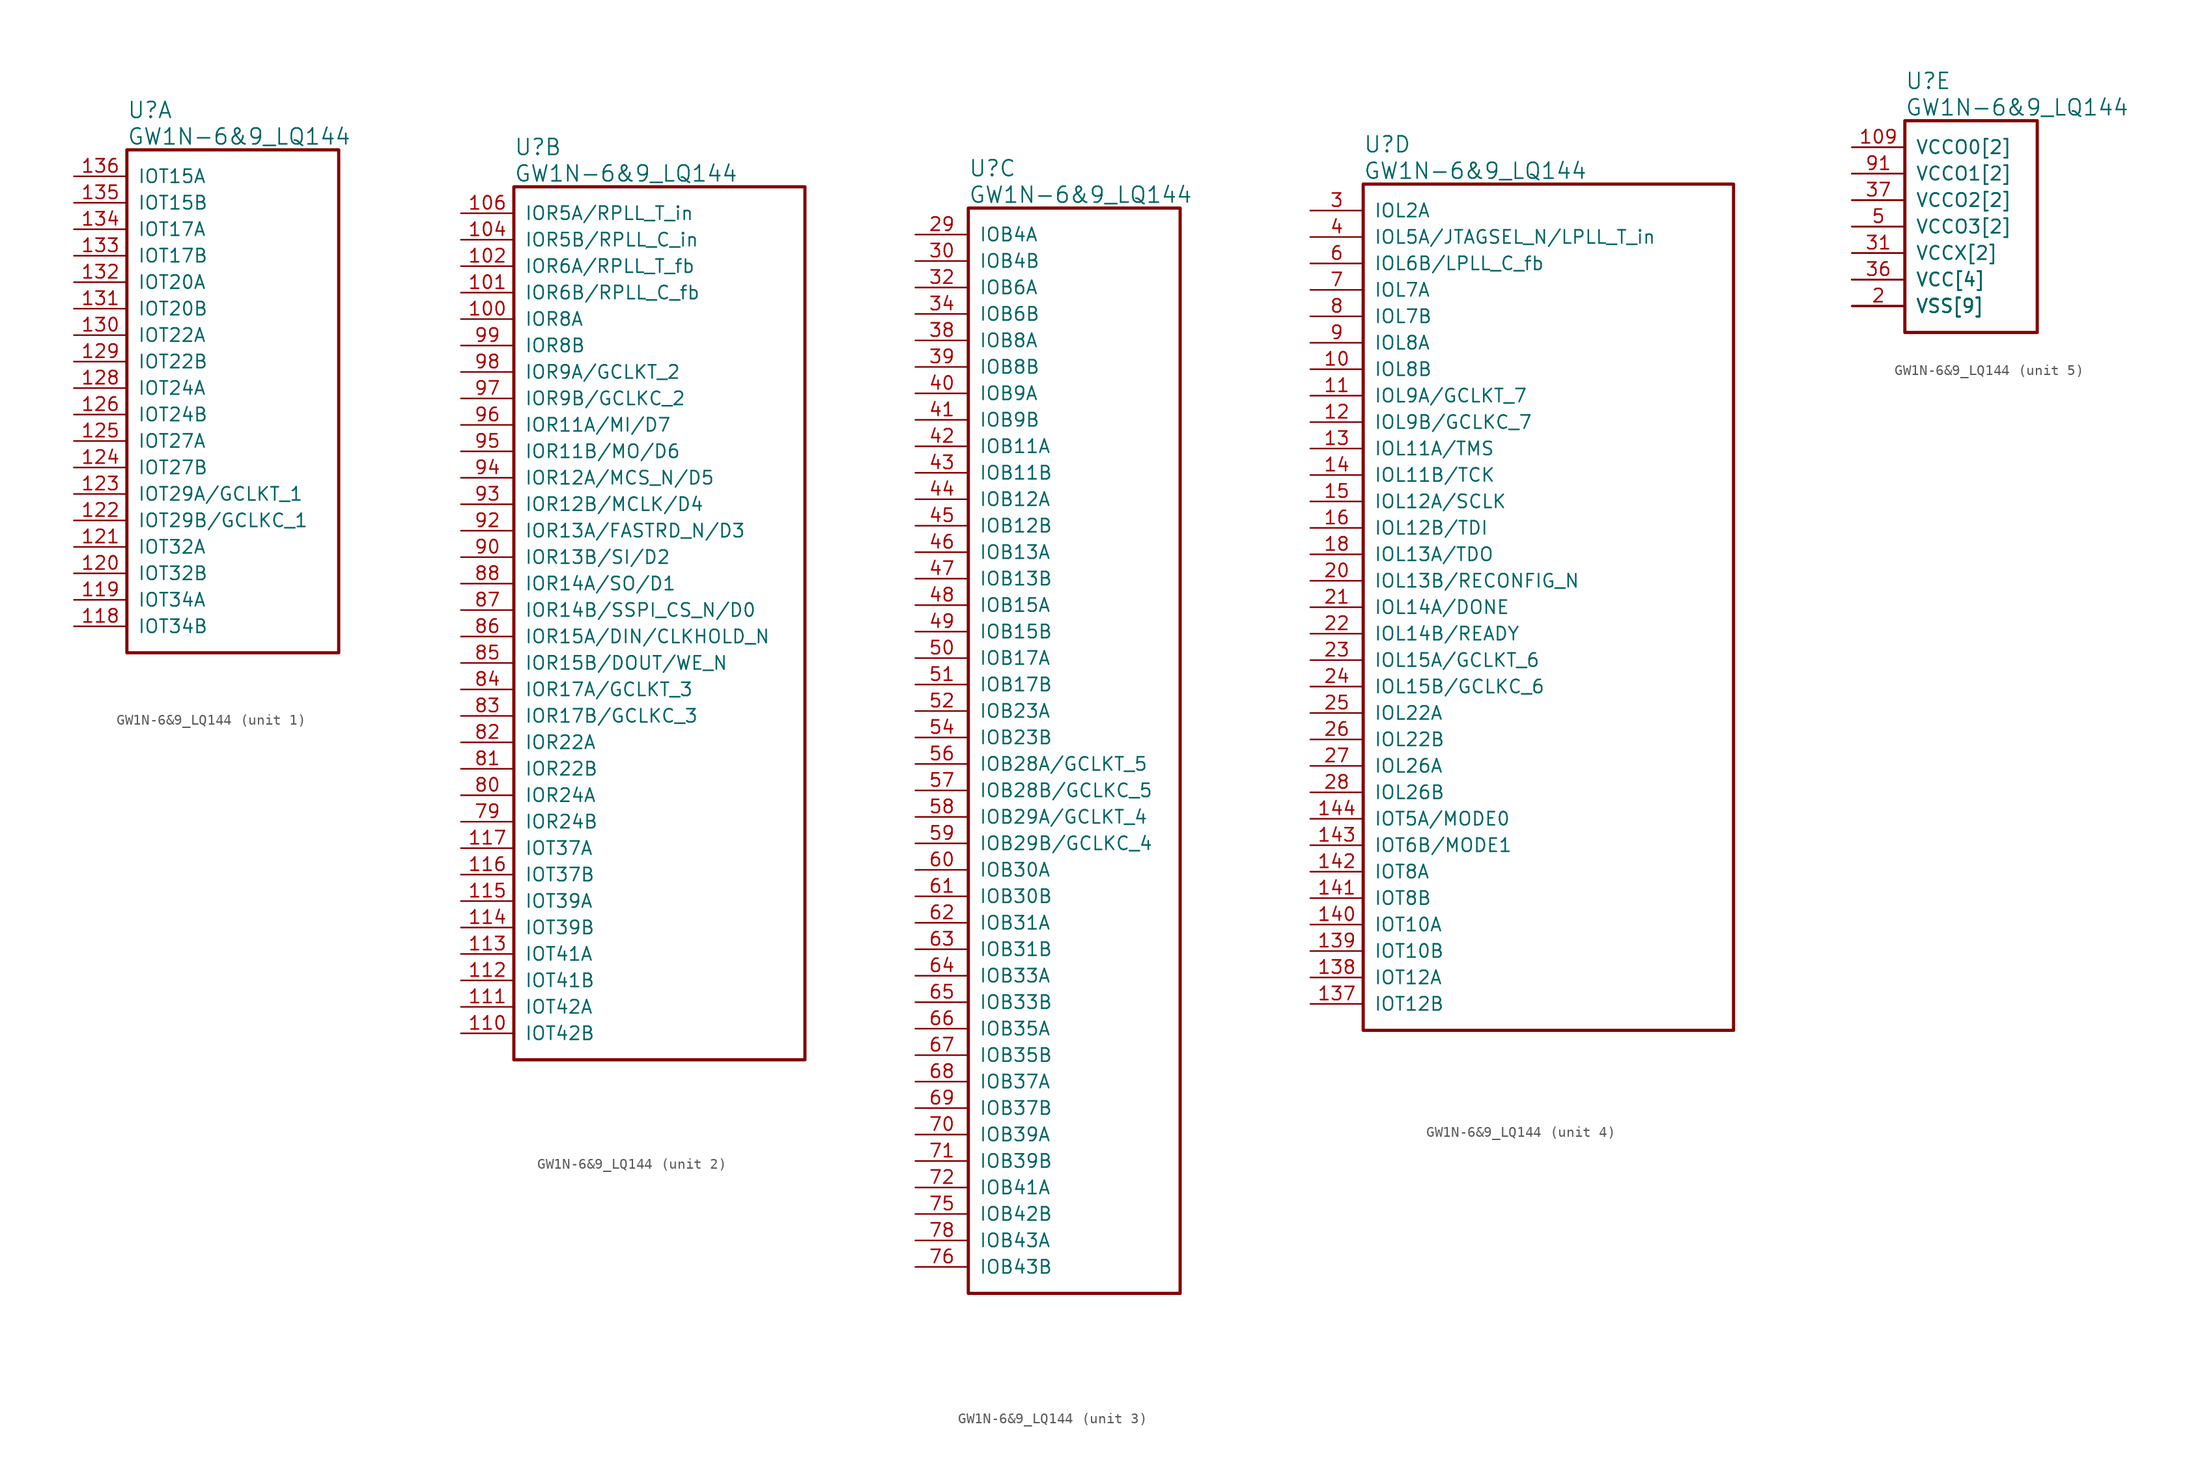
<source format=kicad_sym>
(kicad_symbol_lib
  (version 20220914)
  (generator kicad_symbol_editor)
  (symbol "GW1N-6&9_LQ144"
    (pin_names
      (offset 1.016))
    (property "Reference" "U"
      (at 5.08 6.35 0)
      (effects (font (size 1.524 1.524)) (justify left)))
    (property "Value" "GW1N-6&9_LQ144"
      (at 5.08 3.81 0)
      (effects (font (size 1.524 1.524)) (justify left)))
    (property "ki_locked" ""
      (at 0 0 0)
      (effects (font (size 1.27 1.27))))
    (symbol "GW1N-6&9_LQ144_1_1"
      (rectangle (start 5.08 2.54) (end 25.4 -45.72) (stroke (width 0.305) (type solid)) (fill (type none)))
      (pin bidirectional line (at 0 -43.18 0) (length 5.08) (name "IOT34B" (effects (font (size 1.27 1.27)))) (number "118" (effects (font (size 1.27 1.27)))))
      (pin bidirectional line (at 0 -40.64 0) (length 5.08) (name "IOT34A" (effects (font (size 1.27 1.27)))) (number "119" (effects (font (size 1.27 1.27)))))
      (pin bidirectional line (at 0 -38.1 0) (length 5.08) (name "IOT32B" (effects (font (size 1.27 1.27)))) (number "120" (effects (font (size 1.27 1.27)))))
      (pin bidirectional line (at 0 -35.56 0) (length 5.08) (name "IOT32A" (effects (font (size 1.27 1.27)))) (number "121" (effects (font (size 1.27 1.27)))))
      (pin bidirectional line (at 0 -33.02 0) (length 5.08) (name "IOT29B/GCLKC_1" (effects (font (size 1.27 1.27)))) (number "122" (effects (font (size 1.27 1.27)))))
      (pin bidirectional line (at 0 -30.48 0) (length 5.08) (name "IOT29A/GCLKT_1" (effects (font (size 1.27 1.27)))) (number "123" (effects (font (size 1.27 1.27)))))
      (pin bidirectional line (at 0 -27.94 0) (length 5.08) (name "IOT27B" (effects (font (size 1.27 1.27)))) (number "124" (effects (font (size 1.27 1.27)))))
      (pin bidirectional line (at 0 -25.4 0) (length 5.08) (name "IOT27A" (effects (font (size 1.27 1.27)))) (number "125" (effects (font (size 1.27 1.27)))))
      (pin bidirectional line (at 0 -22.86 0) (length 5.08) (name "IOT24B" (effects (font (size 1.27 1.27)))) (number "126" (effects (font (size 1.27 1.27)))))
      (pin bidirectional line (at 0 -20.32 0) (length 5.08) (name "IOT24A" (effects (font (size 1.27 1.27)))) (number "128" (effects (font (size 1.27 1.27)))))
      (pin bidirectional line (at 0 -17.78 0) (length 5.08) (name "IOT22B" (effects (font (size 1.27 1.27)))) (number "129" (effects (font (size 1.27 1.27)))))
      (pin bidirectional line (at 0 -15.24 0) (length 5.08) (name "IOT22A" (effects (font (size 1.27 1.27)))) (number "130" (effects (font (size 1.27 1.27)))))
      (pin bidirectional line (at 0 -12.7 0) (length 5.08) (name "IOT20B" (effects (font (size 1.27 1.27)))) (number "131" (effects (font (size 1.27 1.27)))))
      (pin bidirectional line (at 0 -10.16 0) (length 5.08) (name "IOT20A" (effects (font (size 1.27 1.27)))) (number "132" (effects (font (size 1.27 1.27)))))
      (pin bidirectional line (at 0 -7.62 0) (length 5.08) (name "IOT17B" (effects (font (size 1.27 1.27)))) (number "133" (effects (font (size 1.27 1.27)))))
      (pin bidirectional line (at 0 -5.08 0) (length 5.08) (name "IOT17A" (effects (font (size 1.27 1.27)))) (number "134" (effects (font (size 1.27 1.27)))))
      (pin bidirectional line (at 0 -2.54 0) (length 5.08) (name "IOT15B" (effects (font (size 1.27 1.27)))) (number "135" (effects (font (size 1.27 1.27)))))
      (pin bidirectional line (at 0 0 0) (length 5.08) (name "IOT15A" (effects (font (size 1.27 1.27)))) (number "136" (effects (font (size 1.27 1.27))))))
    (symbol "GW1N-6&9_LQ144_2_1"
      (rectangle (start 5.08 2.54) (end 33.02 -81.28) (stroke (width 0.305) (type solid)) (fill (type none)))
      (pin bidirectional line (at 0 -10.16 0) (length 5.08) (name "IOR8A" (effects (font (size 1.27 1.27)))) (number "100" (effects (font (size 1.27 1.27)))))
      (pin bidirectional line (at 0 -7.62 0) (length 5.08) (name "IOR6B/RPLL_C_fb" (effects (font (size 1.27 1.27)))) (number "101" (effects (font (size 1.27 1.27)))))
      (pin bidirectional line (at 0 -5.08 0) (length 5.08) (name "IOR6A/RPLL_T_fb" (effects (font (size 1.27 1.27)))) (number "102" (effects (font (size 1.27 1.27)))))
      (pin bidirectional line (at 0 -2.54 0) (length 5.08) (name "IOR5B/RPLL_C_in" (effects (font (size 1.27 1.27)))) (number "104" (effects (font (size 1.27 1.27)))))
      (pin bidirectional line (at 0 0 0) (length 5.08) (name "IOR5A/RPLL_T_in" (effects (font (size 1.27 1.27)))) (number "106" (effects (font (size 1.27 1.27)))))
      (pin bidirectional line (at 0 -78.74 0) (length 5.08) (name "IOT42B" (effects (font (size 1.27 1.27)))) (number "110" (effects (font (size 1.27 1.27)))))
      (pin bidirectional line (at 0 -76.2 0) (length 5.08) (name "IOT42A" (effects (font (size 1.27 1.27)))) (number "111" (effects (font (size 1.27 1.27)))))
      (pin bidirectional line (at 0 -73.66 0) (length 5.08) (name "IOT41B" (effects (font (size 1.27 1.27)))) (number "112" (effects (font (size 1.27 1.27)))))
      (pin bidirectional line (at 0 -71.12 0) (length 5.08) (name "IOT41A" (effects (font (size 1.27 1.27)))) (number "113" (effects (font (size 1.27 1.27)))))
      (pin bidirectional line (at 0 -68.58 0) (length 5.08) (name "IOT39B" (effects (font (size 1.27 1.27)))) (number "114" (effects (font (size 1.27 1.27)))))
      (pin bidirectional line (at 0 -66.04 0) (length 5.08) (name "IOT39A" (effects (font (size 1.27 1.27)))) (number "115" (effects (font (size 1.27 1.27)))))
      (pin bidirectional line (at 0 -63.5 0) (length 5.08) (name "IOT37B" (effects (font (size 1.27 1.27)))) (number "116" (effects (font (size 1.27 1.27)))))
      (pin bidirectional line (at 0 -60.96 0) (length 5.08) (name "IOT37A" (effects (font (size 1.27 1.27)))) (number "117" (effects (font (size 1.27 1.27)))))
      (pin bidirectional line (at 0 -58.42 0) (length 5.08) (name "IOR24B" (effects (font (size 1.27 1.27)))) (number "79" (effects (font (size 1.27 1.27)))))
      (pin bidirectional line (at 0 -55.88 0) (length 5.08) (name "IOR24A" (effects (font (size 1.27 1.27)))) (number "80" (effects (font (size 1.27 1.27)))))
      (pin bidirectional line (at 0 -53.34 0) (length 5.08) (name "IOR22B" (effects (font (size 1.27 1.27)))) (number "81" (effects (font (size 1.27 1.27)))))
      (pin bidirectional line (at 0 -50.8 0) (length 5.08) (name "IOR22A" (effects (font (size 1.27 1.27)))) (number "82" (effects (font (size 1.27 1.27)))))
      (pin bidirectional line (at 0 -48.26 0) (length 5.08) (name "IOR17B/GCLKC_3" (effects (font (size 1.27 1.27)))) (number "83" (effects (font (size 1.27 1.27)))))
      (pin bidirectional line (at 0 -45.72 0) (length 5.08) (name "IOR17A/GCLKT_3" (effects (font (size 1.27 1.27)))) (number "84" (effects (font (size 1.27 1.27)))))
      (pin bidirectional line (at 0 -43.18 0) (length 5.08) (name "IOR15B/DOUT/WE_N" (effects (font (size 1.27 1.27)))) (number "85" (effects (font (size 1.27 1.27)))))
      (pin bidirectional line (at 0 -40.64 0) (length 5.08) (name "IOR15A/DIN/CLKHOLD_N" (effects (font (size 1.27 1.27)))) (number "86" (effects (font (size 1.27 1.27)))))
      (pin bidirectional line (at 0 -38.1 0) (length 5.08) (name "IOR14B/SSPI_CS_N/D0" (effects (font (size 1.27 1.27)))) (number "87" (effects (font (size 1.27 1.27)))))
      (pin bidirectional line (at 0 -35.56 0) (length 5.08) (name "IOR14A/SO/D1" (effects (font (size 1.27 1.27)))) (number "88" (effects (font (size 1.27 1.27)))))
      (pin bidirectional line (at 0 -33.02 0) (length 5.08) (name "IOR13B/SI/D2" (effects (font (size 1.27 1.27)))) (number "90" (effects (font (size 1.27 1.27)))))
      (pin bidirectional line (at 0 -30.48 0) (length 5.08) (name "IOR13A/FASTRD_N/D3" (effects (font (size 1.27 1.27)))) (number "92" (effects (font (size 1.27 1.27)))))
      (pin bidirectional line (at 0 -27.94 0) (length 5.08) (name "IOR12B/MCLK/D4" (effects (font (size 1.27 1.27)))) (number "93" (effects (font (size 1.27 1.27)))))
      (pin bidirectional line (at 0 -25.4 0) (length 5.08) (name "IOR12A/MCS_N/D5" (effects (font (size 1.27 1.27)))) (number "94" (effects (font (size 1.27 1.27)))))
      (pin bidirectional line (at 0 -22.86 0) (length 5.08) (name "IOR11B/MO/D6" (effects (font (size 1.27 1.27)))) (number "95" (effects (font (size 1.27 1.27)))))
      (pin bidirectional line (at 0 -20.32 0) (length 5.08) (name "IOR11A/MI/D7" (effects (font (size 1.27 1.27)))) (number "96" (effects (font (size 1.27 1.27)))))
      (pin bidirectional line (at 0 -17.78 0) (length 5.08) (name "IOR9B/GCLKC_2" (effects (font (size 1.27 1.27)))) (number "97" (effects (font (size 1.27 1.27)))))
      (pin bidirectional line (at 0 -15.24 0) (length 5.08) (name "IOR9A/GCLKT_2" (effects (font (size 1.27 1.27)))) (number "98" (effects (font (size 1.27 1.27)))))
      (pin bidirectional line (at 0 -12.7 0) (length 5.08) (name "IOR8B" (effects (font (size 1.27 1.27)))) (number "99" (effects (font (size 1.27 1.27))))))
    (symbol "GW1N-6&9_LQ144_3_1"
      (rectangle (start 5.08 2.54) (end 25.4 -101.6) (stroke (width 0.305) (type solid)) (fill (type none)))
      (pin bidirectional line (at 0 0 0) (length 5.08) (name "IOB4A" (effects (font (size 1.27 1.27)))) (number "29" (effects (font (size 1.27 1.27)))))
      (pin bidirectional line (at 0 -2.54 0) (length 5.08) (name "IOB4B" (effects (font (size 1.27 1.27)))) (number "30" (effects (font (size 1.27 1.27)))))
      (pin bidirectional line (at 0 -5.08 0) (length 5.08) (name "IOB6A" (effects (font (size 1.27 1.27)))) (number "32" (effects (font (size 1.27 1.27)))))
      (pin bidirectional line (at 0 -7.62 0) (length 5.08) (name "IOB6B" (effects (font (size 1.27 1.27)))) (number "34" (effects (font (size 1.27 1.27)))))
      (pin bidirectional line (at 0 -10.16 0) (length 5.08) (name "IOB8A" (effects (font (size 1.27 1.27)))) (number "38" (effects (font (size 1.27 1.27)))))
      (pin bidirectional line (at 0 -12.7 0) (length 5.08) (name "IOB8B" (effects (font (size 1.27 1.27)))) (number "39" (effects (font (size 1.27 1.27)))))
      (pin bidirectional line (at 0 -15.24 0) (length 5.08) (name "IOB9A" (effects (font (size 1.27 1.27)))) (number "40" (effects (font (size 1.27 1.27)))))
      (pin bidirectional line (at 0 -17.78 0) (length 5.08) (name "IOB9B" (effects (font (size 1.27 1.27)))) (number "41" (effects (font (size 1.27 1.27)))))
      (pin bidirectional line (at 0 -20.32 0) (length 5.08) (name "IOB11A" (effects (font (size 1.27 1.27)))) (number "42" (effects (font (size 1.27 1.27)))))
      (pin bidirectional line (at 0 -22.86 0) (length 5.08) (name "IOB11B" (effects (font (size 1.27 1.27)))) (number "43" (effects (font (size 1.27 1.27)))))
      (pin bidirectional line (at 0 -25.4 0) (length 5.08) (name "IOB12A" (effects (font (size 1.27 1.27)))) (number "44" (effects (font (size 1.27 1.27)))))
      (pin bidirectional line (at 0 -27.94 0) (length 5.08) (name "IOB12B" (effects (font (size 1.27 1.27)))) (number "45" (effects (font (size 1.27 1.27)))))
      (pin bidirectional line (at 0 -30.48 0) (length 5.08) (name "IOB13A" (effects (font (size 1.27 1.27)))) (number "46" (effects (font (size 1.27 1.27)))))
      (pin bidirectional line (at 0 -33.02 0) (length 5.08) (name "IOB13B" (effects (font (size 1.27 1.27)))) (number "47" (effects (font (size 1.27 1.27)))))
      (pin bidirectional line (at 0 -35.56 0) (length 5.08) (name "IOB15A" (effects (font (size 1.27 1.27)))) (number "48" (effects (font (size 1.27 1.27)))))
      (pin bidirectional line (at 0 -38.1 0) (length 5.08) (name "IOB15B" (effects (font (size 1.27 1.27)))) (number "49" (effects (font (size 1.27 1.27)))))
      (pin bidirectional line (at 0 -40.64 0) (length 5.08) (name "IOB17A" (effects (font (size 1.27 1.27)))) (number "50" (effects (font (size 1.27 1.27)))))
      (pin bidirectional line (at 0 -43.18 0) (length 5.08) (name "IOB17B" (effects (font (size 1.27 1.27)))) (number "51" (effects (font (size 1.27 1.27)))))
      (pin bidirectional line (at 0 -45.72 0) (length 5.08) (name "IOB23A" (effects (font (size 1.27 1.27)))) (number "52" (effects (font (size 1.27 1.27)))))
      (pin bidirectional line (at 0 -48.26 0) (length 5.08) (name "IOB23B" (effects (font (size 1.27 1.27)))) (number "54" (effects (font (size 1.27 1.27)))))
      (pin bidirectional line (at 0 -50.8 0) (length 5.08) (name "IOB28A/GCLKT_5" (effects (font (size 1.27 1.27)))) (number "56" (effects (font (size 1.27 1.27)))))
      (pin bidirectional line (at 0 -53.34 0) (length 5.08) (name "IOB28B/GCLKC_5" (effects (font (size 1.27 1.27)))) (number "57" (effects (font (size 1.27 1.27)))))
      (pin bidirectional line (at 0 -55.88 0) (length 5.08) (name "IOB29A/GCLKT_4" (effects (font (size 1.27 1.27)))) (number "58" (effects (font (size 1.27 1.27)))))
      (pin bidirectional line (at 0 -58.42 0) (length 5.08) (name "IOB29B/GCLKC_4" (effects (font (size 1.27 1.27)))) (number "59" (effects (font (size 1.27 1.27)))))
      (pin bidirectional line (at 0 -60.96 0) (length 5.08) (name "IOB30A" (effects (font (size 1.27 1.27)))) (number "60" (effects (font (size 1.27 1.27)))))
      (pin bidirectional line (at 0 -63.5 0) (length 5.08) (name "IOB30B" (effects (font (size 1.27 1.27)))) (number "61" (effects (font (size 1.27 1.27)))))
      (pin bidirectional line (at 0 -66.04 0) (length 5.08) (name "IOB31A" (effects (font (size 1.27 1.27)))) (number "62" (effects (font (size 1.27 1.27)))))
      (pin bidirectional line (at 0 -68.58 0) (length 5.08) (name "IOB31B" (effects (font (size 1.27 1.27)))) (number "63" (effects (font (size 1.27 1.27)))))
      (pin bidirectional line (at 0 -71.12 0) (length 5.08) (name "IOB33A" (effects (font (size 1.27 1.27)))) (number "64" (effects (font (size 1.27 1.27)))))
      (pin bidirectional line (at 0 -73.66 0) (length 5.08) (name "IOB33B" (effects (font (size 1.27 1.27)))) (number "65" (effects (font (size 1.27 1.27)))))
      (pin bidirectional line (at 0 -76.2 0) (length 5.08) (name "IOB35A" (effects (font (size 1.27 1.27)))) (number "66" (effects (font (size 1.27 1.27)))))
      (pin bidirectional line (at 0 -78.74 0) (length 5.08) (name "IOB35B" (effects (font (size 1.27 1.27)))) (number "67" (effects (font (size 1.27 1.27)))))
      (pin bidirectional line (at 0 -81.28 0) (length 5.08) (name "IOB37A" (effects (font (size 1.27 1.27)))) (number "68" (effects (font (size 1.27 1.27)))))
      (pin bidirectional line (at 0 -83.82 0) (length 5.08) (name "IOB37B" (effects (font (size 1.27 1.27)))) (number "69" (effects (font (size 1.27 1.27)))))
      (pin bidirectional line (at 0 -86.36 0) (length 5.08) (name "IOB39A" (effects (font (size 1.27 1.27)))) (number "70" (effects (font (size 1.27 1.27)))))
      (pin bidirectional line (at 0 -88.9 0) (length 5.08) (name "IOB39B" (effects (font (size 1.27 1.27)))) (number "71" (effects (font (size 1.27 1.27)))))
      (pin bidirectional line (at 0 -91.44 0) (length 5.08) (name "IOB41A" (effects (font (size 1.27 1.27)))) (number "72" (effects (font (size 1.27 1.27)))))
      (pin bidirectional line (at 0 -93.98 0) (length 5.08) (name "IOB42B" (effects (font (size 1.27 1.27)))) (number "75" (effects (font (size 1.27 1.27)))))
      (pin bidirectional line (at 0 -99.06 0) (length 5.08) (name "IOB43B" (effects (font (size 1.27 1.27)))) (number "76" (effects (font (size 1.27 1.27)))))
      (pin bidirectional line (at 0 -96.52 0) (length 5.08) (name "IOB43A" (effects (font (size 1.27 1.27)))) (number "78" (effects (font (size 1.27 1.27))))))
    (symbol "GW1N-6&9_LQ144_4_1"
      (rectangle (start 5.08 2.54) (end 40.64 -78.74) (stroke (width 0.305) (type solid)) (fill (type none)))
      (pin bidirectional line (at 0 -15.24 0) (length 5.08) (name "IOL8B" (effects (font (size 1.27 1.27)))) (number "10" (effects (font (size 1.27 1.27)))))
      (pin bidirectional line (at 0 -17.78 0) (length 5.08) (name "IOL9A/GCLKT_7" (effects (font (size 1.27 1.27)))) (number "11" (effects (font (size 1.27 1.27)))))
      (pin bidirectional line (at 0 -20.32 0) (length 5.08) (name "IOL9B/GCLKC_7" (effects (font (size 1.27 1.27)))) (number "12" (effects (font (size 1.27 1.27)))))
      (pin bidirectional line (at 0 -22.86 0) (length 5.08) (name "IOL11A/TMS" (effects (font (size 1.27 1.27)))) (number "13" (effects (font (size 1.27 1.27)))))
      (pin bidirectional line (at 0 -76.2 0) (length 5.08) (name "IOT12B" (effects (font (size 1.27 1.27)))) (number "137" (effects (font (size 1.27 1.27)))))
      (pin bidirectional line (at 0 -73.66 0) (length 5.08) (name "IOT12A" (effects (font (size 1.27 1.27)))) (number "138" (effects (font (size 1.27 1.27)))))
      (pin bidirectional line (at 0 -71.12 0) (length 5.08) (name "IOT10B" (effects (font (size 1.27 1.27)))) (number "139" (effects (font (size 1.27 1.27)))))
      (pin bidirectional line (at 0 -25.4 0) (length 5.08) (name "IOL11B/TCK" (effects (font (size 1.27 1.27)))) (number "14" (effects (font (size 1.27 1.27)))))
      (pin bidirectional line (at 0 -68.58 0) (length 5.08) (name "IOT10A" (effects (font (size 1.27 1.27)))) (number "140" (effects (font (size 1.27 1.27)))))
      (pin bidirectional line (at 0 -66.04 0) (length 5.08) (name "IOT8B" (effects (font (size 1.27 1.27)))) (number "141" (effects (font (size 1.27 1.27)))))
      (pin bidirectional line (at 0 -63.5 0) (length 5.08) (name "IOT8A" (effects (font (size 1.27 1.27)))) (number "142" (effects (font (size 1.27 1.27)))))
      (pin bidirectional line (at 0 -60.96 0) (length 5.08) (name "IOT6B/MODE1" (effects (font (size 1.27 1.27)))) (number "143" (effects (font (size 1.27 1.27)))))
      (pin bidirectional line (at 0 -58.42 0) (length 5.08) (name "IOT5A/MODE0" (effects (font (size 1.27 1.27)))) (number "144" (effects (font (size 1.27 1.27)))))
      (pin bidirectional line (at 0 -27.94 0) (length 5.08) (name "IOL12A/SCLK" (effects (font (size 1.27 1.27)))) (number "15" (effects (font (size 1.27 1.27)))))
      (pin bidirectional line (at 0 -30.48 0) (length 5.08) (name "IOL12B/TDI" (effects (font (size 1.27 1.27)))) (number "16" (effects (font (size 1.27 1.27)))))
      (pin bidirectional line (at 0 -33.02 0) (length 5.08) (name "IOL13A/TDO" (effects (font (size 1.27 1.27)))) (number "18" (effects (font (size 1.27 1.27)))))
      (pin bidirectional line (at 0 -35.56 0) (length 5.08) (name "IOL13B/RECONFIG_N" (effects (font (size 1.27 1.27)))) (number "20" (effects (font (size 1.27 1.27)))))
      (pin bidirectional line (at 0 -38.1 0) (length 5.08) (name "IOL14A/DONE" (effects (font (size 1.27 1.27)))) (number "21" (effects (font (size 1.27 1.27)))))
      (pin bidirectional line (at 0 -40.64 0) (length 5.08) (name "IOL14B/READY" (effects (font (size 1.27 1.27)))) (number "22" (effects (font (size 1.27 1.27)))))
      (pin bidirectional line (at 0 -43.18 0) (length 5.08) (name "IOL15A/GCLKT_6" (effects (font (size 1.27 1.27)))) (number "23" (effects (font (size 1.27 1.27)))))
      (pin bidirectional line (at 0 -45.72 0) (length 5.08) (name "IOL15B/GCLKC_6" (effects (font (size 1.27 1.27)))) (number "24" (effects (font (size 1.27 1.27)))))
      (pin bidirectional line (at 0 -48.26 0) (length 5.08) (name "IOL22A" (effects (font (size 1.27 1.27)))) (number "25" (effects (font (size 1.27 1.27)))))
      (pin bidirectional line (at 0 -50.8 0) (length 5.08) (name "IOL22B" (effects (font (size 1.27 1.27)))) (number "26" (effects (font (size 1.27 1.27)))))
      (pin bidirectional line (at 0 -53.34 0) (length 5.08) (name "IOL26A" (effects (font (size 1.27 1.27)))) (number "27" (effects (font (size 1.27 1.27)))))
      (pin bidirectional line (at 0 -55.88 0) (length 5.08) (name "IOL26B" (effects (font (size 1.27 1.27)))) (number "28" (effects (font (size 1.27 1.27)))))
      (pin bidirectional line (at 0 0 0) (length 5.08) (name "IOL2A" (effects (font (size 1.27 1.27)))) (number "3" (effects (font (size 1.27 1.27)))))
      (pin bidirectional line (at 0 -2.54 0) (length 5.08) (name "IOL5A/JTAGSEL_N/LPLL_T_in" (effects (font (size 1.27 1.27)))) (number "4" (effects (font (size 1.27 1.27)))))
      (pin bidirectional line (at 0 -5.08 0) (length 5.08) (name "IOL6B/LPLL_C_fb" (effects (font (size 1.27 1.27)))) (number "6" (effects (font (size 1.27 1.27)))))
      (pin bidirectional line (at 0 -7.62 0) (length 5.08) (name "IOL7A" (effects (font (size 1.27 1.27)))) (number "7" (effects (font (size 1.27 1.27)))))
      (pin bidirectional line (at 0 -10.16 0) (length 5.08) (name "IOL7B" (effects (font (size 1.27 1.27)))) (number "8" (effects (font (size 1.27 1.27)))))
      (pin bidirectional line (at 0 -12.7 0) (length 5.08) (name "IOL8A" (effects (font (size 1.27 1.27)))) (number "9" (effects (font (size 1.27 1.27))))))
    (symbol "GW1N-6&9_LQ144_5_1"
      (rectangle (start 5.08 2.54) (end 17.78 -17.78) (stroke (width 0.305) (type solid)) (fill (type none)))
      (pin power_in line (at 0 -12.7 0) (length 5.08) (name "VCC[4]" (effects (font (size 1.27 1.27)))) (number "1" (effects (font (size 0 0)))))
      (pin power_in line (at 0 -2.54 0) (length 5.08) (name "VCCO1[2]" (effects (font (size 1.27 1.27)))) (number "103" (effects (font (size 0 0)))))
      (pin power_in line (at 0 -15.24 0) (length 5.08) (name "VSS[9]" (effects (font (size 1.27 1.27)))) (number "105" (effects (font (size 0 0)))))
      (pin power_in line (at 0 -15.24 0) (length 5.08) (name "VSS[9]" (effects (font (size 1.27 1.27)))) (number "107" (effects (font (size 0 0)))))
      (pin power_in line (at 0 -12.7 0) (length 5.08) (name "VCC[4]" (effects (font (size 1.27 1.27)))) (number "108" (effects (font (size 0 0)))))
      (pin power_in line (at 0 0 0) (length 5.08) (name "VCCO0[2]" (effects (font (size 1.27 1.27)))) (number "109" (effects (font (size 1.27 1.27)))))
      (pin power_in line (at 0 0 0) (length 5.08) (name "VCCO0[2]" (effects (font (size 1.27 1.27)))) (number "127" (effects (font (size 0 0)))))
      (pin power_in line (at 0 -15.24 0) (length 5.08) (name "VSS[9]" (effects (font (size 1.27 1.27)))) (number "17" (effects (font (size 0 0)))))
      (pin power_in line (at 0 -7.62 0) (length 5.08) (name "VCCO3[2]" (effects (font (size 1.27 1.27)))) (number "19" (effects (font (size 0 0)))))
      (pin power_in line (at 0 -15.24 0) (length 5.08) (name "VSS[9]" (effects (font (size 1.27 1.27)))) (number "2" (effects (font (size 1.27 1.27)))))
      (pin power_in line (at 0 -10.16 0) (length 5.08) (name "VCCX[2]" (effects (font (size 1.27 1.27)))) (number "31" (effects (font (size 1.27 1.27)))))
      (pin power_in line (at 0 -15.24 0) (length 5.08) (name "VSS[9]" (effects (font (size 1.27 1.27)))) (number "33" (effects (font (size 0 0)))))
      (pin power_in line (at 0 -15.24 0) (length 5.08) (name "VSS[9]" (effects (font (size 1.27 1.27)))) (number "35" (effects (font (size 0 0)))))
      (pin power_in line (at 0 -12.7 0) (length 5.08) (name "VCC[4]" (effects (font (size 1.27 1.27)))) (number "36" (effects (font (size 1.27 1.27)))))
      (pin power_in line (at 0 -5.08 0) (length 5.08) (name "VCCO2[2]" (effects (font (size 1.27 1.27)))) (number "37" (effects (font (size 1.27 1.27)))))
      (pin power_in line (at 0 -7.62 0) (length 5.08) (name "VCCO3[2]" (effects (font (size 1.27 1.27)))) (number "5" (effects (font (size 1.27 1.27)))))
      (pin power_in line (at 0 -15.24 0) (length 5.08) (name "VSS[9]" (effects (font (size 1.27 1.27)))) (number "53" (effects (font (size 0 0)))))
      (pin power_in line (at 0 -5.08 0) (length 5.08) (name "VCCO2[2]" (effects (font (size 1.27 1.27)))) (number "55" (effects (font (size 0 0)))))
      (pin power_in line (at 0 -12.7 0) (length 5.08) (name "VCC[4]" (effects (font (size 1.27 1.27)))) (number "73" (effects (font (size 0 0)))))
      (pin power_in line (at 0 -15.24 0) (length 5.08) (name "VSS[9]" (effects (font (size 1.27 1.27)))) (number "74" (effects (font (size 0 0)))))
      (pin power_in line (at 0 -10.16 0) (length 5.08) (name "VCCX[2]" (effects (font (size 1.27 1.27)))) (number "77" (effects (font (size 0 0)))))
      (pin power_in line (at 0 -15.24 0) (length 5.08) (name "VSS[9]" (effects (font (size 1.27 1.27)))) (number "89" (effects (font (size 0 0)))))
      (pin power_in line (at 0 -2.54 0) (length 5.08) (name "VCCO1[2]" (effects (font (size 1.27 1.27)))) (number "91" (effects (font (size 1.27 1.27))))))))
</source>
